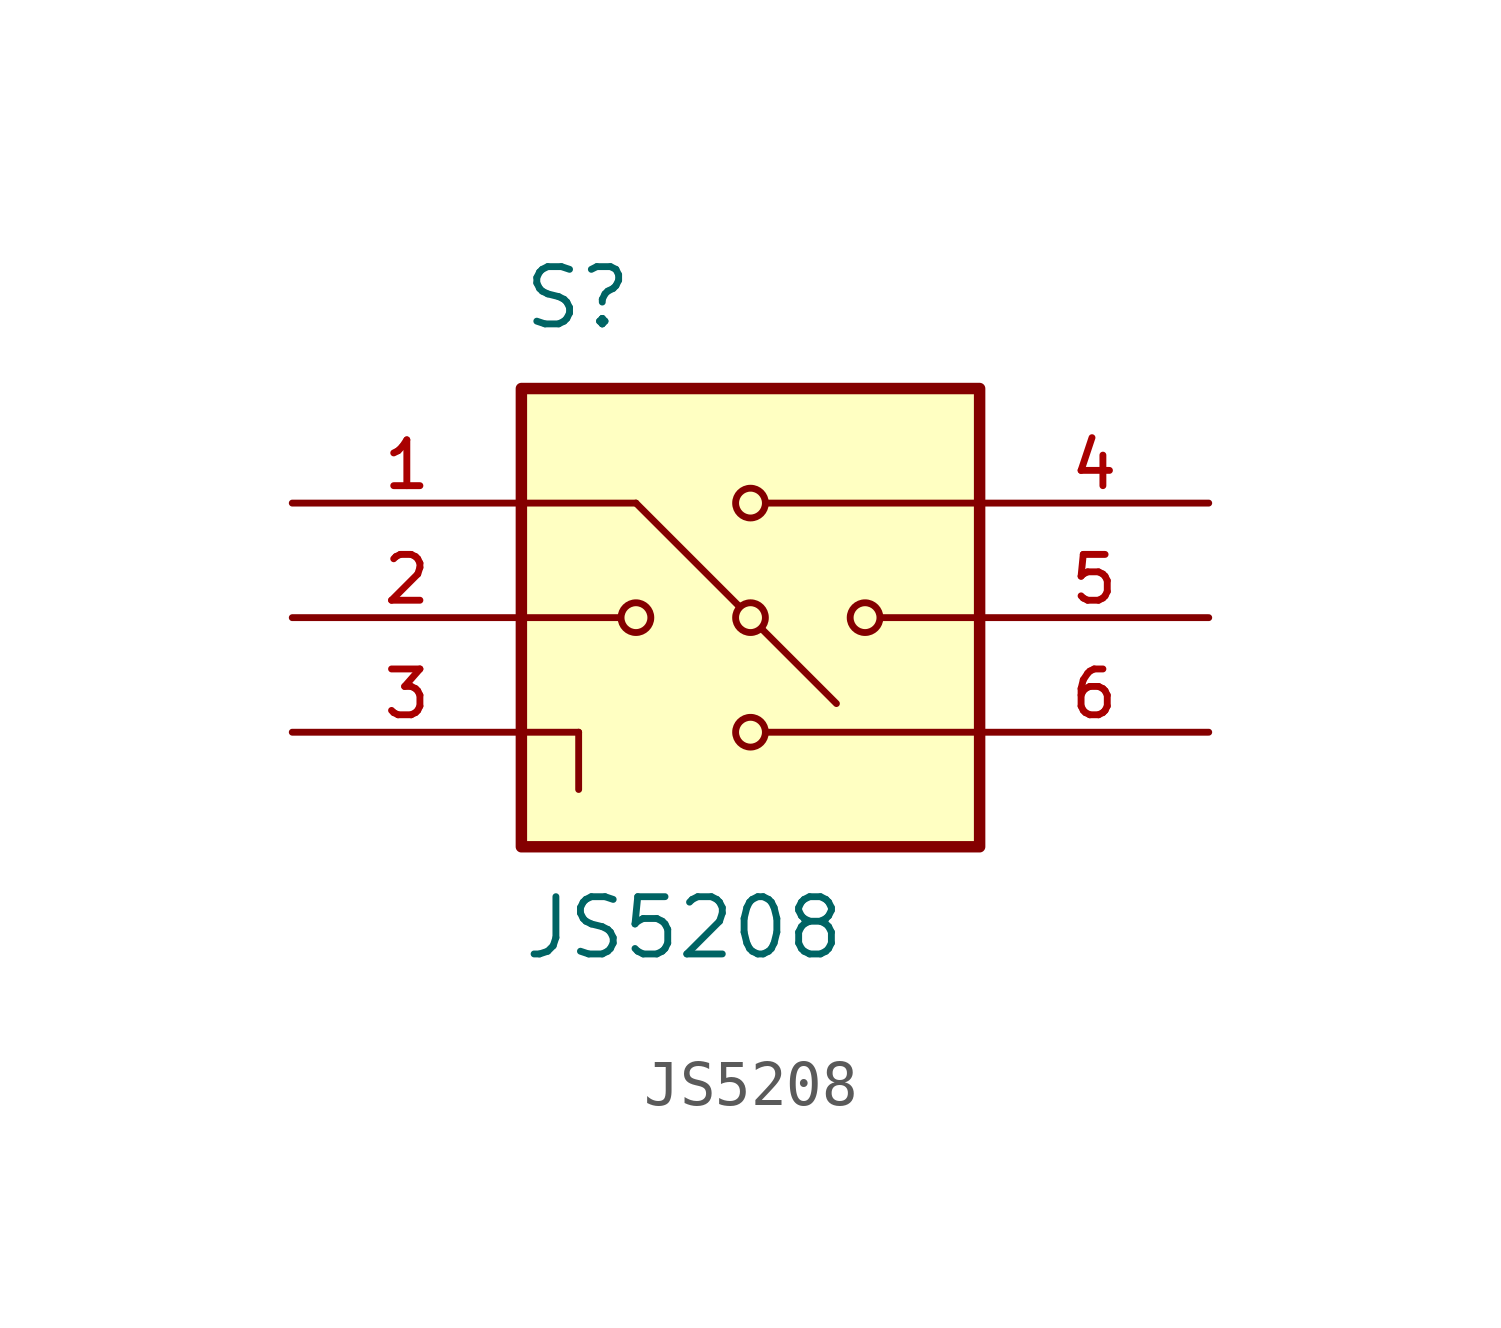
<source format=kicad_sym>
(kicad_symbol_lib
  (version 20211014)
  (generator kicad_symbol_editor)
  (symbol "JS5208"
    (pin_names
      (offset 1.016))
    (property "Reference" "S"
      (at -5.08 6.35 0)
      (effects (font (size 1.27 1.27)) (justify bottom left)))
    (property "Value" "JS5208"
      (at -5.08 -7.62 0)
      (effects (font (size 1.27 1.27)) (justify bottom left)))
    (symbol "JS5208_0_0"
      (circle (center 0.0 2.54) (radius 0.33) (stroke (width 0.152)) (fill (type none)))
      (circle (center 0.0 -2.54) (radius 0.33) (stroke (width 0.152)) (fill (type none)))
      (circle (center -2.54 0.0) (radius 0.33) (stroke (width 0.152)) (fill (type none)))
      (circle (center 0.0 0.0) (radius 0.33) (stroke (width 0.152)) (fill (type none)))
      (circle (center 2.54 0.0) (radius 0.33) (stroke (width 0.152)) (fill (type none)))
      (polyline (pts (xy -5.08 2.54) (xy -2.54 2.54)) (stroke (width 0.152)))
      (polyline (pts (xy -2.54 2.54) (xy -0.254 0.254)) (stroke (width 0.152)))
      (polyline (pts (xy 0.254 -0.254) (xy 1.905 -1.905)) (stroke (width 0.152)))
      (polyline (pts (xy 0.381 2.54) (xy 5.08 2.54)) (stroke (width 0.152)))
      (polyline (pts (xy 2.921 0.0) (xy 5.08 0.0)) (stroke (width 0.152)))
      (polyline (pts (xy -5.08 0.0) (xy -2.921 0.0)) (stroke (width 0.152)))
      (polyline (pts (xy -5.08 -2.54) (xy -3.81 -2.54)) (stroke (width 0.152)))
      (polyline (pts (xy -3.81 -2.54) (xy -3.81 -3.81)) (stroke (width 0.152)))
      (polyline (pts (xy 0.381 -2.54) (xy 5.08 -2.54)) (stroke (width 0.152)))
      (rectangle (start -5.08 -5.08) (end 5.08 5.08) (stroke (width 0.254)) (fill (type background)))
      (pin passive line (at -10.16 2.54 0) (length 5.08) (name "~" (effects (font (size 1.016 1.016)))) (number "1" (effects (font (size 1.016 1.016)))))
      (pin passive line (at -10.16 0.0 0) (length 5.08) (name "~" (effects (font (size 1.016 1.016)))) (number "2" (effects (font (size 1.016 1.016)))))
      (pin passive line (at -10.16 -2.54 0) (length 5.08) (name "~" (effects (font (size 1.016 1.016)))) (number "3" (effects (font (size 1.016 1.016)))))
      (pin passive line (at 10.16 2.54 180.0) (length 5.08) (name "~" (effects (font (size 1.016 1.016)))) (number "4" (effects (font (size 1.016 1.016)))))
      (pin passive line (at 10.16 0.0 180.0) (length 5.08) (name "~" (effects (font (size 1.016 1.016)))) (number "5" (effects (font (size 1.016 1.016)))))
      (pin passive line (at 10.16 -2.54 180.0) (length 5.08) (name "~" (effects (font (size 1.016 1.016)))) (number "6" (effects (font (size 1.016 1.016))))))))
</source>
